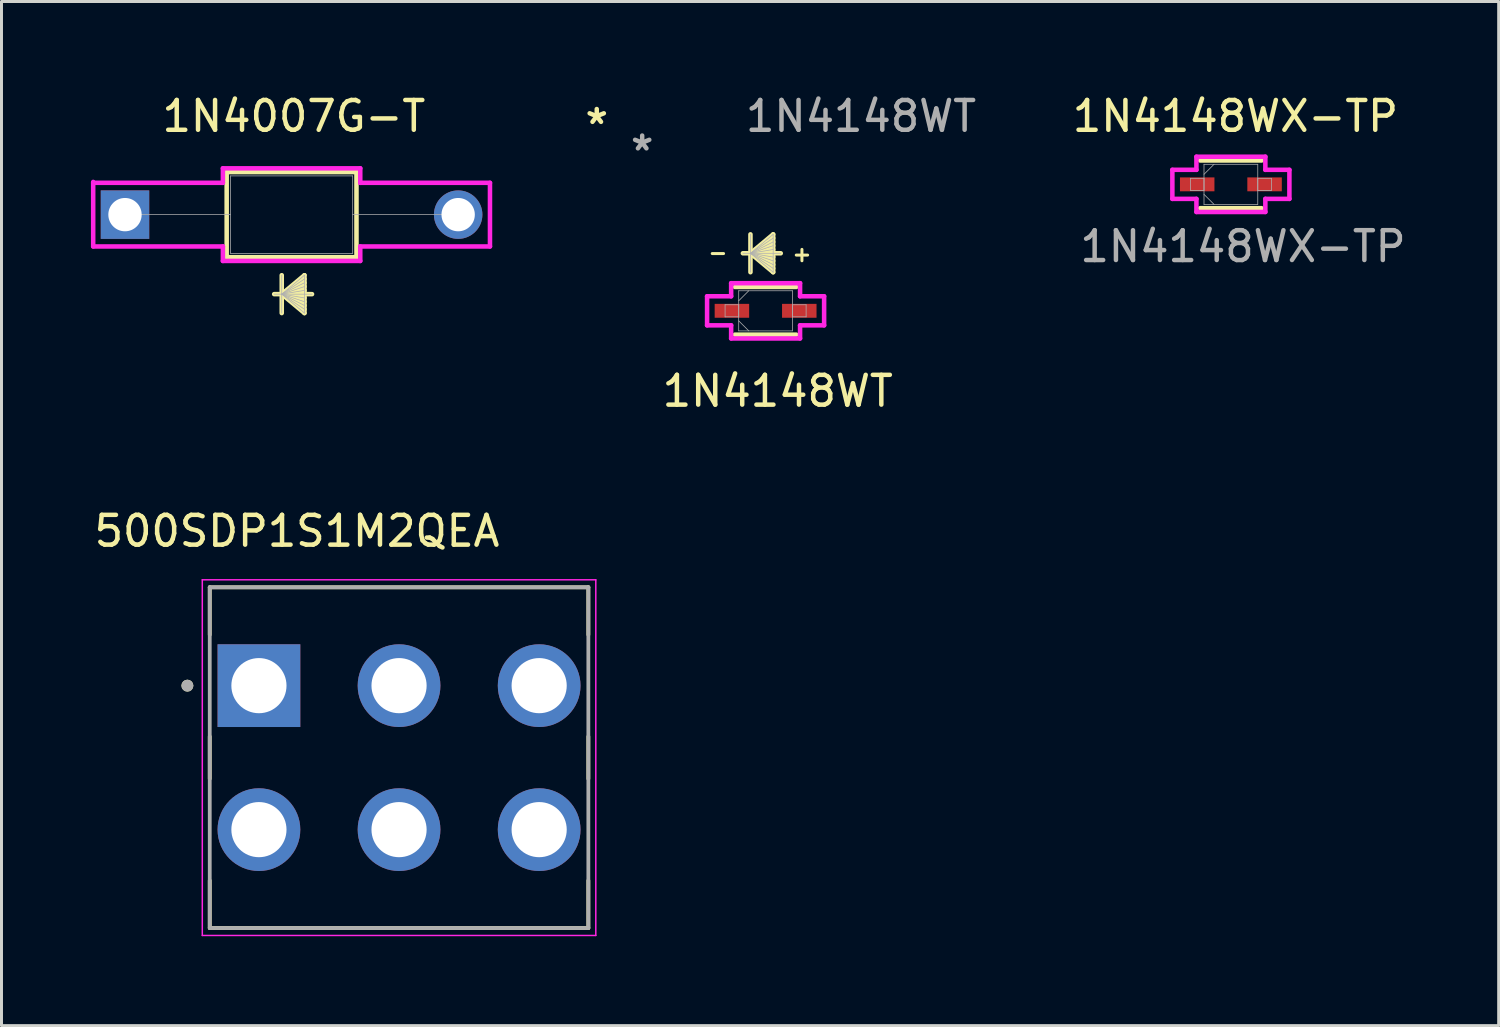
<source format=kicad_pcb>
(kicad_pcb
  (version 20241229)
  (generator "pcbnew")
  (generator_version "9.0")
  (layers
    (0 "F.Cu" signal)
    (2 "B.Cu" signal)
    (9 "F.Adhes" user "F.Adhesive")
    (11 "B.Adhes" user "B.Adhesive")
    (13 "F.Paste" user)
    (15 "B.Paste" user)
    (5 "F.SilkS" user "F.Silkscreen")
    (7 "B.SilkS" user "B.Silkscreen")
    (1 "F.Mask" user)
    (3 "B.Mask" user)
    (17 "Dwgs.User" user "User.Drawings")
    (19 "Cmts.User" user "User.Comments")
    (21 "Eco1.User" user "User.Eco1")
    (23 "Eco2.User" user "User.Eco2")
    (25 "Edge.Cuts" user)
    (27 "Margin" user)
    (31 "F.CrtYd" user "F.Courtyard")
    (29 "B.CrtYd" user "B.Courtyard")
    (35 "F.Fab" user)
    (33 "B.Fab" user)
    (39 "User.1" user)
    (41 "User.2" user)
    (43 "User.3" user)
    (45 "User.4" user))
  (footprint "500SDP1S1M2QEA"
    (layer "F.Cu")
    (at 10.336 22.365)
    (property "Reference" "500SDP1S1M2QEA" (at -3.425 -7.6 0) (layer "F.SilkS") (effects (font (size 1 1) (thickness 0.15))))
    (attr through_hole)
    (fp_line (start -6.35 -5.715) (end -6.35 -4.122) (stroke (width 0.127) (type solid)) (layer "F.SilkS"))
    (fp_line (start -6.35 -0.708) (end -6.35 0.708) (stroke (width 0.127) (type solid)) (layer "F.SilkS"))
    (fp_line (start -6.35 5.715) (end -6.35 4.122) (stroke (width 0.127) (type solid)) (layer "F.SilkS"))
    (fp_line (start -6.35 5.715) (end 6.35 5.715) (stroke (width 0.127) (type solid)) (layer "F.SilkS"))
    (fp_line (start 6.35 -5.715) (end -6.35 -5.715) (stroke (width 0.127) (type solid)) (layer "F.SilkS"))
    (fp_line (start 6.35 -4.122) (end 6.35 -5.715) (stroke (width 0.127) (type solid)) (layer "F.SilkS"))
    (fp_line (start 6.35 -0.708) (end 6.35 0.708) (stroke (width 0.127) (type solid)) (layer "F.SilkS"))
    (fp_line (start 6.35 5.715) (end 6.35 4.122) (stroke (width 0.127) (type solid)) (layer "F.SilkS"))
    (fp_circle (center -7.1 -2.415) (end -7 -2.415) (stroke (width 0.2) (type solid)) (fill no) (layer "F.SilkS"))
    (fp_line (start -6.6 -5.965) (end -6.6 5.965) (stroke (width 0.05) (type solid)) (layer "F.CrtYd"))
    (fp_line (start -6.6 5.965) (end 6.6 5.965) (stroke (width 0.05) (type solid)) (layer "F.CrtYd"))
    (fp_line (start 6.6 -5.965) (end -6.6 -5.965) (stroke (width 0.05) (type solid)) (layer "F.CrtYd"))
    (fp_line (start 6.6 5.965) (end 6.6 -5.965) (stroke (width 0.05) (type solid)) (layer "F.CrtYd"))
    (fp_line (start -6.35 -5.715) (end -6.35 5.715) (stroke (width 0.127) (type solid)) (layer "F.Fab"))
    (fp_line (start -6.35 5.715) (end 6.35 5.715) (stroke (width 0.127) (type solid)) (layer "F.Fab"))
    (fp_line (start 6.35 -5.715) (end -6.35 -5.715) (stroke (width 0.127) (type solid)) (layer "F.Fab"))
    (fp_line (start 6.35 5.715) (end 6.35 -5.715) (stroke (width 0.127) (type solid)) (layer "F.Fab"))
    (fp_circle (center -7.1 -2.415) (end -7 -2.415) (stroke (width 0.2) (type solid)) (fill no) (layer "F.Fab"))
    (pad "1" thru_hole rect (at -4.7 -2.415) (size 2.775 2.775) (drill 1.85) (layers "*.Cu" "*.Mask"))
    (pad "2" thru_hole circle (at 0 -2.415) (size 2.775 2.775) (drill 1.85) (layers "*.Cu" "*.Mask"))
    (pad "3" thru_hole circle (at 4.7 -2.415) (size 2.775 2.775) (drill 1.85) (layers "*.Cu" "*.Mask"))
    (pad "4" thru_hole circle (at -4.7 2.415) (size 2.775 2.775) (drill 1.85) (layers "*.Cu" "*.Mask"))
    (pad "5" thru_hole circle (at 0 2.415) (size 2.775 2.775) (drill 1.85) (layers "*.Cu" "*.Mask"))
    (pad "6" thru_hole circle (at 4.7 2.415) (size 2.775 2.775) (drill 1.85) (layers "*.Cu" "*.Mask")))
  (footprint "1N4148WT"
    (layer "F.Cu")
    (at 22.632 7.376)
    (property "Reference" "1N4148WT" (at 0.406 2.692 0) (unlocked yes) (layer "F.SilkS") (effects (font (size 1 1) (thickness 0.15))))
    (attr smd)
    (fp_line (start -1.029 0.8) (end 1.029 0.8) (stroke (width 0.152) (type solid)) (layer "F.SilkS"))
    (fp_line (start -0.508 -2.565) (end -0.508 -1.295) (stroke (width 0.152) (type solid)) (layer "F.SilkS"))
    (fp_line (start -0.508 -1.93) (end 0.254 -2.565) (stroke (width 0.152) (type solid)) (layer "F.SilkS"))
    (fp_line (start -0.508 -1.93) (end 0.254 -2.438) (stroke (width 0.152) (type solid)) (layer "F.SilkS"))
    (fp_line (start -0.508 -1.93) (end 0.254 -2.311) (stroke (width 0.152) (type solid)) (layer "F.SilkS"))
    (fp_line (start -0.508 -1.93) (end 0.254 -2.184) (stroke (width 0.152) (type solid)) (layer "F.SilkS"))
    (fp_line (start -0.508 -1.93) (end 0.254 -2.057) (stroke (width 0.152) (type solid)) (layer "F.SilkS"))
    (fp_line (start -0.508 -1.93) (end 0.254 -1.803) (stroke (width 0.152) (type solid)) (layer "F.SilkS"))
    (fp_line (start -0.508 -1.93) (end 0.254 -1.676) (stroke (width 0.152) (type solid)) (layer "F.SilkS"))
    (fp_line (start -0.508 -1.93) (end 0.254 -1.549) (stroke (width 0.152) (type solid)) (layer "F.SilkS"))
    (fp_line (start -0.508 -1.93) (end 0.254 -1.422) (stroke (width 0.152) (type solid)) (layer "F.SilkS"))
    (fp_line (start -0.508 -1.93) (end 0.254 -1.295) (stroke (width 0.152) (type solid)) (layer "F.SilkS"))
    (fp_line (start 0.254 -2.565) (end 0.254 -1.295) (stroke (width 0.152) (type solid)) (layer "F.SilkS"))
    (fp_line (start 0.508 -1.93) (end -0.762 -1.93) (stroke (width 0.152) (type solid)) (layer "F.SilkS"))
    (fp_line (start 1.029 -0.8) (end -1.029 -0.8) (stroke (width 0.152) (type solid)) (layer "F.SilkS"))
    (fp_line (start -1.963 -0.487) (end -1.156 -0.487) (stroke (width 0.152) (type solid)) (layer "F.CrtYd"))
    (fp_line (start -1.963 0.487) (end -1.963 -0.487) (stroke (width 0.152) (type solid)) (layer "F.CrtYd"))
    (fp_line (start -1.156 -0.927) (end 1.156 -0.927) (stroke (width 0.152) (type solid)) (layer "F.CrtYd"))
    (fp_line (start -1.156 -0.487) (end -1.156 -0.927) (stroke (width 0.152) (type solid)) (layer "F.CrtYd"))
    (fp_line (start -1.156 0.487) (end -1.963 0.487) (stroke (width 0.152) (type solid)) (layer "F.CrtYd"))
    (fp_line (start -1.156 0.927) (end -1.156 0.487) (stroke (width 0.152) (type solid)) (layer "F.CrtYd"))
    (fp_line (start 1.156 -0.927) (end 1.156 -0.487) (stroke (width 0.152) (type solid)) (layer "F.CrtYd"))
    (fp_line (start 1.156 -0.487) (end 1.963 -0.487) (stroke (width 0.152) (type solid)) (layer "F.CrtYd"))
    (fp_line (start 1.156 0.487) (end 1.156 0.927) (stroke (width 0.152) (type solid)) (layer "F.CrtYd"))
    (fp_line (start 1.156 0.927) (end -1.156 0.927) (stroke (width 0.152) (type solid)) (layer "F.CrtYd"))
    (fp_line (start 1.963 -0.487) (end 1.963 0.487) (stroke (width 0.152) (type solid)) (layer "F.CrtYd"))
    (fp_line (start 1.963 0.487) (end 1.156 0.487) (stroke (width 0.152) (type solid)) (layer "F.CrtYd"))
    (fp_line (start -1.359 -0.203) (end -1.359 0.203) (stroke (width 0.025) (type solid)) (layer "F.Fab"))
    (fp_line (start -1.359 0.203) (end -0.902 0.203) (stroke (width 0.025) (type solid)) (layer "F.Fab"))
    (fp_line (start -0.902 -0.673) (end -0.902 0.673) (stroke (width 0.025) (type solid)) (layer "F.Fab"))
    (fp_line (start -0.902 -0.337) (end -0.565 -0.673) (stroke (width 0.025) (type solid)) (layer "F.Fab"))
    (fp_line (start -0.902 -0.203) (end -1.359 -0.203) (stroke (width 0.025) (type solid)) (layer "F.Fab"))
    (fp_line (start -0.902 0.203) (end -0.902 -0.203) (stroke (width 0.025) (type solid)) (layer "F.Fab"))
    (fp_line (start -0.902 0.337) (end -0.565 0.673) (stroke (width 0.025) (type solid)) (layer "F.Fab"))
    (fp_line (start -0.902 0.673) (end 0.902 0.673) (stroke (width 0.025) (type solid)) (layer "F.Fab"))
    (fp_line (start -0.508 -2.565) (end -0.508 -1.295) (stroke (width 0.025) (type solid)) (layer "F.Fab"))
    (fp_line (start -0.508 -1.93) (end 0.254 -2.565) (stroke (width 0.025) (type solid)) (layer "F.Fab"))
    (fp_line (start -0.508 -1.93) (end 0.254 -2.438) (stroke (width 0.025) (type solid)) (layer "F.Fab"))
    (fp_line (start -0.508 -1.93) (end 0.254 -2.311) (stroke (width 0.025) (type solid)) (layer "F.Fab"))
    (fp_line (start -0.508 -1.93) (end 0.254 -2.184) (stroke (width 0.025) (type solid)) (layer "F.Fab"))
    (fp_line (start -0.508 -1.93) (end 0.254 -2.057) (stroke (width 0.025) (type solid)) (layer "F.Fab"))
    (fp_line (start -0.508 -1.93) (end 0.254 -1.803) (stroke (width 0.025) (type solid)) (layer "F.Fab"))
    (fp_line (start -0.508 -1.93) (end 0.254 -1.676) (stroke (width 0.025) (type solid)) (layer "F.Fab"))
    (fp_line (start -0.508 -1.93) (end 0.254 -1.549) (stroke (width 0.025) (type solid)) (layer "F.Fab"))
    (fp_line (start -0.508 -1.93) (end 0.254 -1.422) (stroke (width 0.025) (type solid)) (layer "F.Fab"))
    (fp_line (start -0.508 -1.93) (end 0.254 -1.295) (stroke (width 0.025) (type solid)) (layer "F.Fab"))
    (fp_line (start 0.254 -2.565) (end 0.254 -1.295) (stroke (width 0.025) (type solid)) (layer "F.Fab"))
    (fp_line (start 0.508 -1.93) (end -0.762 -1.93) (stroke (width 0.025) (type solid)) (layer "F.Fab"))
    (fp_line (start 0.902 -0.673) (end -0.902 -0.673) (stroke (width 0.025) (type solid)) (layer "F.Fab"))
    (fp_line (start 0.902 -0.203) (end 0.902 0.203) (stroke (width 0.025) (type solid)) (layer "F.Fab"))
    (fp_line (start 0.902 0.203) (end 1.359 0.203) (stroke (width 0.025) (type solid)) (layer "F.Fab"))
    (fp_line (start 0.902 0.673) (end 0.902 -0.673) (stroke (width 0.025) (type solid)) (layer "F.Fab"))
    (fp_line (start 1.359 -0.203) (end 0.902 -0.203) (stroke (width 0.025) (type solid)) (layer "F.Fab"))
    (fp_line (start 1.359 0.203) (end 1.359 -0.203) (stroke (width 0.025) (type solid)) (layer "F.Fab"))
    (fp_text user "*" (at -5.664 -6.223 0) (layer "F.SilkS") (effects (font (size 1 1) (thickness 0.15))))
    (fp_text user "+" (at 1.219 -1.905 0) (unlocked yes) (layer "F.SilkS") (effects (font (size 0.5 0.5) (thickness 0.1))))
    (fp_text user "-" (at -1.6 -1.956 0) (unlocked yes) (layer "F.SilkS") (effects (font (size 0.5 0.5) (thickness 0.1))))
    (fp_text user "${REFERENCE}" (at 3.2 -6.528 0) (unlocked yes) (layer "F.Fab") (effects (font (size 1 1) (thickness 0.15))))
    (fp_text user "*" (at -4.14 -5.334 0) (unlocked yes) (layer "F.Fab") (effects (font (size 1 1) (thickness 0.15))))
    (pad "1" smd rect (at -1.13 0) (size 1.157 0.466) (layers "F.Cu" "F.Mask" "F.Paste"))
    (pad "2" smd rect (at 1.13 0) (size 1.157 0.466) (layers "F.Cu" "F.Mask" "F.Paste")))
  (footprint "1N4148WX-TP"
    (layer "F.Cu")
    (at 38.24 3.134)
    (property "Reference" "1N4148WX-TP" (at 0.152 -2.286 0) (unlocked yes) (layer "F.SilkS") (effects (font (size 1 1) (thickness 0.15))))
    (attr smd)
    (fp_line (start -1.029 0.8) (end 1.029 0.8) (stroke (width 0.152) (type solid)) (layer "F.SilkS"))
    (fp_line (start 1.029 -0.8) (end -1.029 -0.8) (stroke (width 0.152) (type solid)) (layer "F.SilkS"))
    (fp_line (start -1.963 -0.487) (end -1.156 -0.487) (stroke (width 0.152) (type solid)) (layer "F.CrtYd"))
    (fp_line (start -1.963 0.487) (end -1.963 -0.487) (stroke (width 0.152) (type solid)) (layer "F.CrtYd"))
    (fp_line (start -1.156 -0.927) (end 1.156 -0.927) (stroke (width 0.152) (type solid)) (layer "F.CrtYd"))
    (fp_line (start -1.156 -0.487) (end -1.156 -0.927) (stroke (width 0.152) (type solid)) (layer "F.CrtYd"))
    (fp_line (start -1.156 0.487) (end -1.963 0.487) (stroke (width 0.152) (type solid)) (layer "F.CrtYd"))
    (fp_line (start -1.156 0.927) (end -1.156 0.487) (stroke (width 0.152) (type solid)) (layer "F.CrtYd"))
    (fp_line (start 1.156 -0.927) (end 1.156 -0.487) (stroke (width 0.152) (type solid)) (layer "F.CrtYd"))
    (fp_line (start 1.156 -0.487) (end 1.963 -0.487) (stroke (width 0.152) (type solid)) (layer "F.CrtYd"))
    (fp_line (start 1.156 0.487) (end 1.156 0.927) (stroke (width 0.152) (type solid)) (layer "F.CrtYd"))
    (fp_line (start 1.156 0.927) (end -1.156 0.927) (stroke (width 0.152) (type solid)) (layer "F.CrtYd"))
    (fp_line (start 1.963 -0.487) (end 1.963 0.487) (stroke (width 0.152) (type solid)) (layer "F.CrtYd"))
    (fp_line (start 1.963 0.487) (end 1.156 0.487) (stroke (width 0.152) (type solid)) (layer "F.CrtYd"))
    (fp_line (start -1.359 -0.203) (end -1.359 0.203) (stroke (width 0.025) (type solid)) (layer "F.Fab"))
    (fp_line (start -1.359 0.203) (end -0.902 0.203) (stroke (width 0.025) (type solid)) (layer "F.Fab"))
    (fp_line (start -0.902 -0.673) (end -0.902 0.673) (stroke (width 0.025) (type solid)) (layer "F.Fab"))
    (fp_line (start -0.902 -0.337) (end -0.565 -0.673) (stroke (width 0.025) (type solid)) (layer "F.Fab"))
    (fp_line (start -0.902 -0.203) (end -1.359 -0.203) (stroke (width 0.025) (type solid)) (layer "F.Fab"))
    (fp_line (start -0.902 0.203) (end -0.902 -0.203) (stroke (width 0.025) (type solid)) (layer "F.Fab"))
    (fp_line (start -0.902 0.337) (end -0.565 0.673) (stroke (width 0.025) (type solid)) (layer "F.Fab"))
    (fp_line (start -0.902 0.673) (end 0.902 0.673) (stroke (width 0.025) (type solid)) (layer "F.Fab"))
    (fp_line (start 0.902 -0.673) (end -0.902 -0.673) (stroke (width 0.025) (type solid)) (layer "F.Fab"))
    (fp_line (start 0.902 -0.203) (end 0.902 0.203) (stroke (width 0.025) (type solid)) (layer "F.Fab"))
    (fp_line (start 0.902 0.203) (end 1.359 0.203) (stroke (width 0.025) (type solid)) (layer "F.Fab"))
    (fp_line (start 0.902 0.673) (end 0.902 -0.673) (stroke (width 0.025) (type solid)) (layer "F.Fab"))
    (fp_line (start 1.359 -0.203) (end 0.902 -0.203) (stroke (width 0.025) (type solid)) (layer "F.Fab"))
    (fp_line (start 1.359 0.203) (end 1.359 -0.203) (stroke (width 0.025) (type solid)) (layer "F.Fab"))
    (fp_text user "${REFERENCE}" (at 0.406 2.083 0) (unlocked yes) (layer "F.Fab") (effects (font (size 1 1) (thickness 0.15))))
    (pad "1" smd rect (at -1.13 0) (size 1.157 0.466) (layers "F.Cu" "F.Mask" "F.Paste"))
    (pad "2" smd rect (at 1.13 0) (size 1.157 0.466) (layers "F.Cu" "F.Mask" "F.Paste")))
  (footprint "1N4007G-T"
    (layer "F.Cu")
    (at 1.143 4.15)
    (property "Reference" "1N4007G-T" (at 5.664 -3.302 0) (unlocked yes) (layer "F.SilkS") (effects (font (size 1 1) (thickness 0.15))))
    (attr through_hole)
    (fp_line (start 3.411 -1.427) (end 3.411 1.427) (stroke (width 0.152) (type solid)) (layer "F.SilkS"))
    (fp_line (start 3.411 1.427) (end 7.765 1.427) (stroke (width 0.152) (type solid)) (layer "F.SilkS"))
    (fp_line (start 5.258 2.032) (end 5.258 3.302) (stroke (width 0.152) (type solid)) (layer "F.SilkS"))
    (fp_line (start 5.258 2.667) (end 6.02 2.032) (stroke (width 0.152) (type solid)) (layer "F.SilkS"))
    (fp_line (start 5.258 2.667) (end 6.02 2.159) (stroke (width 0.152) (type solid)) (layer "F.SilkS"))
    (fp_line (start 5.258 2.667) (end 6.02 2.286) (stroke (width 0.152) (type solid)) (layer "F.SilkS"))
    (fp_line (start 5.258 2.667) (end 6.02 2.413) (stroke (width 0.152) (type solid)) (layer "F.SilkS"))
    (fp_line (start 5.258 2.667) (end 6.02 2.54) (stroke (width 0.152) (type solid)) (layer "F.SilkS"))
    (fp_line (start 5.258 2.667) (end 6.02 2.794) (stroke (width 0.152) (type solid)) (layer "F.SilkS"))
    (fp_line (start 5.258 2.667) (end 6.02 2.921) (stroke (width 0.152) (type solid)) (layer "F.SilkS"))
    (fp_line (start 5.258 2.667) (end 6.02 3.048) (stroke (width 0.152) (type solid)) (layer "F.SilkS"))
    (fp_line (start 5.258 2.667) (end 6.02 3.175) (stroke (width 0.152) (type solid)) (layer "F.SilkS"))
    (fp_line (start 5.258 2.667) (end 6.02 3.302) (stroke (width 0.152) (type solid)) (layer "F.SilkS"))
    (fp_line (start 6.02 2.032) (end 6.02 3.302) (stroke (width 0.152) (type solid)) (layer "F.SilkS"))
    (fp_line (start 6.274 2.667) (end 5.004 2.667) (stroke (width 0.152) (type solid)) (layer "F.SilkS"))
    (fp_line (start 7.765 -1.427) (end 3.411 -1.427) (stroke (width 0.152) (type solid)) (layer "F.SilkS"))
    (fp_line (start 7.765 1.427) (end 7.765 -1.427) (stroke (width 0.152) (type solid)) (layer "F.SilkS"))
    (fp_line (start -1.067 -1.067) (end 3.284 -1.067) (stroke (width 0.152) (type solid)) (layer "F.CrtYd"))
    (fp_line (start -1.067 1.067) (end -1.067 -1.097) (stroke (width 0.152) (type solid)) (layer "F.CrtYd"))
    (fp_line (start 3.284 -1.554) (end 7.892 -1.554) (stroke (width 0.152) (type solid)) (layer "F.CrtYd"))
    (fp_line (start 3.284 -1.067) (end 3.284 -1.554) (stroke (width 0.152) (type solid)) (layer "F.CrtYd"))
    (fp_line (start 3.284 1.067) (end -1.067 1.067) (stroke (width 0.152) (type solid)) (layer "F.CrtYd"))
    (fp_line (start 3.284 1.554) (end 3.284 1.067) (stroke (width 0.152) (type solid)) (layer "F.CrtYd"))
    (fp_line (start 7.892 -1.554) (end 7.892 -1.067) (stroke (width 0.152) (type solid)) (layer "F.CrtYd"))
    (fp_line (start 7.892 -1.067) (end 12.243 -1.067) (stroke (width 0.152) (type solid)) (layer "F.CrtYd"))
    (fp_line (start 7.892 1.067) (end 7.892 1.554) (stroke (width 0.152) (type solid)) (layer "F.CrtYd"))
    (fp_line (start 7.892 1.554) (end 3.284 1.554) (stroke (width 0.152) (type solid)) (layer "F.CrtYd"))
    (fp_line (start 12.243 -1.067) (end 12.243 1.067) (stroke (width 0.152) (type solid)) (layer "F.CrtYd"))
    (fp_line (start 12.243 1.067) (end 7.892 1.067) (stroke (width 0.152) (type solid)) (layer "F.CrtYd"))
    (fp_line (start 0 0) (end 3.538 0) (stroke (width 0.025) (type solid)) (layer "F.Fab"))
    (fp_line (start 3.538 -1.3) (end 3.538 1.3) (stroke (width 0.025) (type solid)) (layer "F.Fab"))
    (fp_line (start 3.538 1.3) (end 7.638 1.3) (stroke (width 0.025) (type solid)) (layer "F.Fab"))
    (fp_line (start 5.258 2.032) (end 5.258 3.302) (stroke (width 0.025) (type solid)) (layer "F.Fab"))
    (fp_line (start 5.258 2.667) (end 6.02 2.032) (stroke (width 0.025) (type solid)) (layer "F.Fab"))
    (fp_line (start 5.258 2.667) (end 6.02 2.159) (stroke (width 0.025) (type solid)) (layer "F.Fab"))
    (fp_line (start 5.258 2.667) (end 6.02 2.286) (stroke (width 0.025) (type solid)) (layer "F.Fab"))
    (fp_line (start 5.258 2.667) (end 6.02 2.413) (stroke (width 0.025) (type solid)) (layer "F.Fab"))
    (fp_line (start 5.258 2.667) (end 6.02 2.54) (stroke (width 0.025) (type solid)) (layer "F.Fab"))
    (fp_line (start 5.258 2.667) (end 6.02 2.794) (stroke (width 0.025) (type solid)) (layer "F.Fab"))
    (fp_line (start 5.258 2.667) (end 6.02 2.921) (stroke (width 0.025) (type solid)) (layer "F.Fab"))
    (fp_line (start 5.258 2.667) (end 6.02 3.048) (stroke (width 0.025) (type solid)) (layer "F.Fab"))
    (fp_line (start 5.258 2.667) (end 6.02 3.175) (stroke (width 0.025) (type solid)) (layer "F.Fab"))
    (fp_line (start 5.258 2.667) (end 6.02 3.302) (stroke (width 0.025) (type solid)) (layer "F.Fab"))
    (fp_line (start 6.02 2.032) (end 6.02 3.302) (stroke (width 0.025) (type solid)) (layer "F.Fab"))
    (fp_line (start 6.274 2.667) (end 5.004 2.667) (stroke (width 0.025) (type solid)) (layer "F.Fab"))
    (fp_line (start 7.638 -1.3) (end 3.538 -1.3) (stroke (width 0.025) (type solid)) (layer "F.Fab"))
    (fp_line (start 7.638 1.3) (end 7.638 -1.3) (stroke (width 0.025) (type solid)) (layer "F.Fab"))
    (fp_line (start 11.176 0) (end 7.638 0) (stroke (width 0.025) (type solid)) (layer "F.Fab"))
    (pad "1" thru_hole rect (at 0 0) (size 1.626 1.626) (drill 1.118) (layers "*.Cu" "*.Mask"))
    (pad "2" thru_hole circle (at 11.176 0) (size 1.626 1.626) (drill 1.118) (layers "*.Cu" "*.Mask")))
  (gr_rect
    (start -3 -3)
    (end 47.223 31.355)
    (stroke (width 0.1) (type default))
    (fill no)
    (layer "Edge.Cuts")))
</source>
